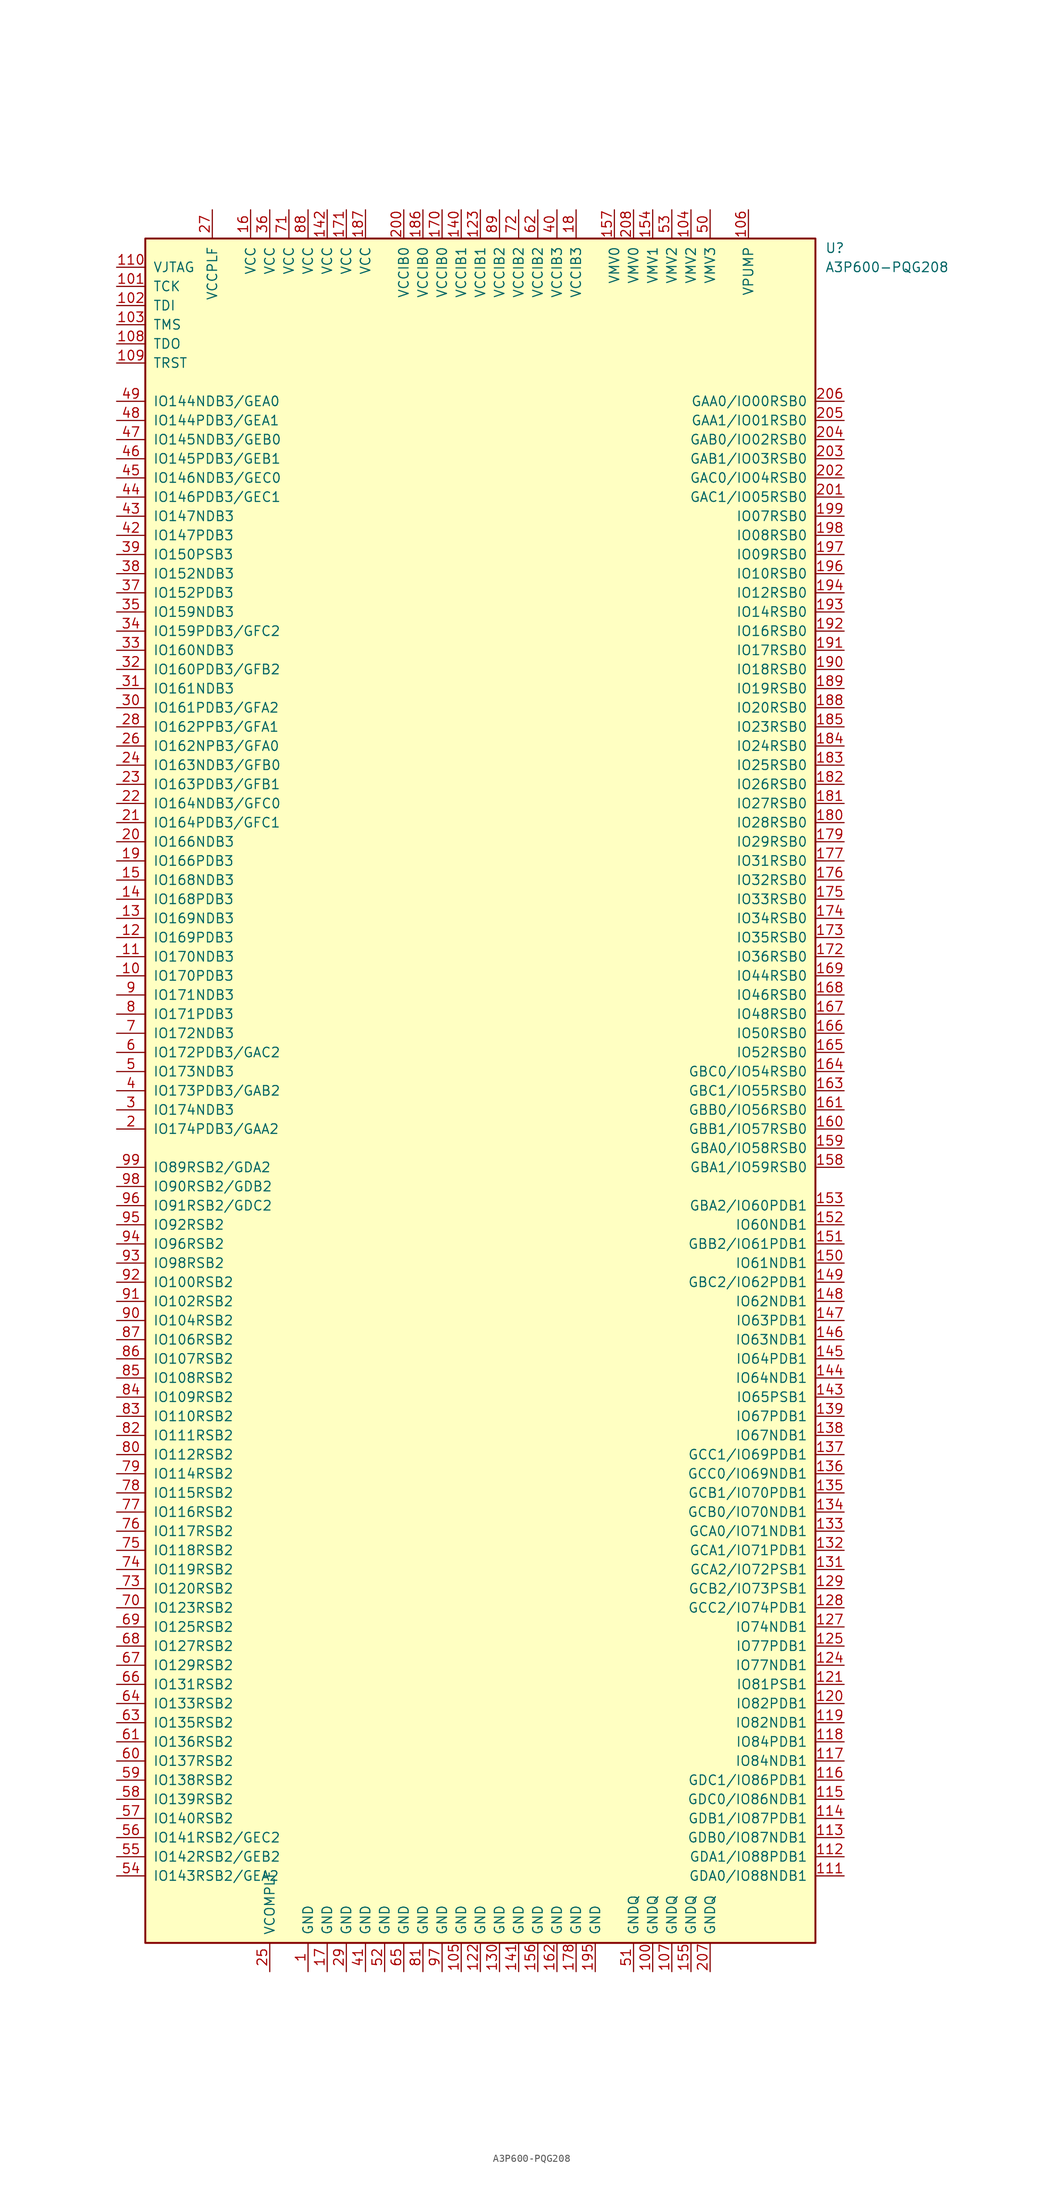
<source format=kicad_sym>
(kicad_symbol_lib
  (version 20241209)
  (generator "kicad_symbol_editor")
  (generator_version "9.0")
  (symbol "A3P600-PQG208"
    (pin_names
      (offset 1.016))
    (property "Reference" "U"
      (at 45.72 111.76 0)
      (effects (font (size 1.27 1.27)) (justify left)))
    (property "Value" "A3P600-PQG208"
      (at 45.72 109.22 0)
      (effects (font (size 1.27 1.27)) (justify left)))
    (symbol "A3P600-PQG208_1_0"
      (rectangle (start -44.45 -113.03) (end 44.45 113.03) (stroke (width 0.254) (type default)) (fill (type background))))
    (symbol "A3P600-PQG208_1_1"
      (pin power_in line (at -48.26 109.22 0) (length 3.81) (name "VJTAG" (effects (font (size 1.27 1.27)))) (number "110" (effects (font (size 1.27 1.27)))))
      (pin bidirectional line (at -48.26 106.68 0) (length 3.81) (name "TCK" (effects (font (size 1.27 1.27)))) (number "101" (effects (font (size 1.27 1.27)))))
      (pin bidirectional line (at -48.26 104.14 0) (length 3.81) (name "TDI" (effects (font (size 1.27 1.27)))) (number "102" (effects (font (size 1.27 1.27)))))
      (pin bidirectional line (at -48.26 101.6 0) (length 3.81) (name "TMS" (effects (font (size 1.27 1.27)))) (number "103" (effects (font (size 1.27 1.27)))))
      (pin bidirectional line (at -48.26 99.06 0) (length 3.81) (name "TDO" (effects (font (size 1.27 1.27)))) (number "108" (effects (font (size 1.27 1.27)))))
      (pin bidirectional line (at -48.26 96.52 0) (length 3.81) (name "TRST" (effects (font (size 1.27 1.27)))) (number "109" (effects (font (size 1.27 1.27)))))
      (pin bidirectional line (at -48.26 91.44 0) (length 3.81) (name "IO144NDB3/GEA0" (effects (font (size 1.27 1.27)))) (number "49" (effects (font (size 1.27 1.27)))))
      (pin bidirectional line (at -48.26 88.9 0) (length 3.81) (name "IO144PDB3/GEA1" (effects (font (size 1.27 1.27)))) (number "48" (effects (font (size 1.27 1.27)))))
      (pin bidirectional line (at -48.26 86.36 0) (length 3.81) (name "IO145NDB3/GEB0" (effects (font (size 1.27 1.27)))) (number "47" (effects (font (size 1.27 1.27)))))
      (pin bidirectional line (at -48.26 83.82 0) (length 3.81) (name "IO145PDB3/GEB1" (effects (font (size 1.27 1.27)))) (number "46" (effects (font (size 1.27 1.27)))))
      (pin bidirectional line (at -48.26 81.28 0) (length 3.81) (name "IO146NDB3/GEC0" (effects (font (size 1.27 1.27)))) (number "45" (effects (font (size 1.27 1.27)))))
      (pin bidirectional line (at -48.26 78.74 0) (length 3.81) (name "IO146PDB3/GEC1" (effects (font (size 1.27 1.27)))) (number "44" (effects (font (size 1.27 1.27)))))
      (pin bidirectional line (at -48.26 76.2 0) (length 3.81) (name "IO147NDB3" (effects (font (size 1.27 1.27)))) (number "43" (effects (font (size 1.27 1.27)))))
      (pin bidirectional line (at -48.26 73.66 0) (length 3.81) (name "IO147PDB3" (effects (font (size 1.27 1.27)))) (number "42" (effects (font (size 1.27 1.27)))))
      (pin bidirectional line (at -48.26 71.12 0) (length 3.81) (name "IO150PSB3" (effects (font (size 1.27 1.27)))) (number "39" (effects (font (size 1.27 1.27)))))
      (pin bidirectional line (at -48.26 68.58 0) (length 3.81) (name "IO152NDB3" (effects (font (size 1.27 1.27)))) (number "38" (effects (font (size 1.27 1.27)))))
      (pin bidirectional line (at -48.26 66.04 0) (length 3.81) (name "IO152PDB3" (effects (font (size 1.27 1.27)))) (number "37" (effects (font (size 1.27 1.27)))))
      (pin bidirectional line (at -48.26 63.5 0) (length 3.81) (name "IO159NDB3" (effects (font (size 1.27 1.27)))) (number "35" (effects (font (size 1.27 1.27)))))
      (pin bidirectional line (at -48.26 60.96 0) (length 3.81) (name "IO159PDB3/GFC2" (effects (font (size 1.27 1.27)))) (number "34" (effects (font (size 1.27 1.27)))))
      (pin bidirectional line (at -48.26 58.42 0) (length 3.81) (name "IO160NDB3" (effects (font (size 1.27 1.27)))) (number "33" (effects (font (size 1.27 1.27)))))
      (pin bidirectional line (at -48.26 55.88 0) (length 3.81) (name "IO160PDB3/GFB2" (effects (font (size 1.27 1.27)))) (number "32" (effects (font (size 1.27 1.27)))))
      (pin bidirectional line (at -48.26 53.34 0) (length 3.81) (name "IO161NDB3" (effects (font (size 1.27 1.27)))) (number "31" (effects (font (size 1.27 1.27)))))
      (pin bidirectional line (at -48.26 50.8 0) (length 3.81) (name "IO161PDB3/GFA2" (effects (font (size 1.27 1.27)))) (number "30" (effects (font (size 1.27 1.27)))))
      (pin bidirectional line (at -48.26 48.26 0) (length 3.81) (name "IO162PPB3/GFA1" (effects (font (size 1.27 1.27)))) (number "28" (effects (font (size 1.27 1.27)))))
      (pin bidirectional line (at -48.26 45.72 0) (length 3.81) (name "IO162NPB3/GFA0" (effects (font (size 1.27 1.27)))) (number "26" (effects (font (size 1.27 1.27)))))
      (pin bidirectional line (at -48.26 43.18 0) (length 3.81) (name "IO163NDB3/GFB0" (effects (font (size 1.27 1.27)))) (number "24" (effects (font (size 1.27 1.27)))))
      (pin bidirectional line (at -48.26 40.64 0) (length 3.81) (name "IO163PDB3/GFB1" (effects (font (size 1.27 1.27)))) (number "23" (effects (font (size 1.27 1.27)))))
      (pin bidirectional line (at -48.26 38.1 0) (length 3.81) (name "IO164NDB3/GFC0" (effects (font (size 1.27 1.27)))) (number "22" (effects (font (size 1.27 1.27)))))
      (pin bidirectional line (at -48.26 35.56 0) (length 3.81) (name "IO164PDB3/GFC1" (effects (font (size 1.27 1.27)))) (number "21" (effects (font (size 1.27 1.27)))))
      (pin bidirectional line (at -48.26 33.02 0) (length 3.81) (name "IO166NDB3" (effects (font (size 1.27 1.27)))) (number "20" (effects (font (size 1.27 1.27)))))
      (pin bidirectional line (at -48.26 30.48 0) (length 3.81) (name "IO166PDB3" (effects (font (size 1.27 1.27)))) (number "19" (effects (font (size 1.27 1.27)))))
      (pin bidirectional line (at -48.26 27.94 0) (length 3.81) (name "IO168NDB3" (effects (font (size 1.27 1.27)))) (number "15" (effects (font (size 1.27 1.27)))))
      (pin bidirectional line (at -48.26 25.4 0) (length 3.81) (name "IO168PDB3" (effects (font (size 1.27 1.27)))) (number "14" (effects (font (size 1.27 1.27)))))
      (pin bidirectional line (at -48.26 22.86 0) (length 3.81) (name "IO169NDB3" (effects (font (size 1.27 1.27)))) (number "13" (effects (font (size 1.27 1.27)))))
      (pin bidirectional line (at -48.26 20.32 0) (length 3.81) (name "IO169PDB3" (effects (font (size 1.27 1.27)))) (number "12" (effects (font (size 1.27 1.27)))))
      (pin bidirectional line (at -48.26 17.78 0) (length 3.81) (name "IO170NDB3" (effects (font (size 1.27 1.27)))) (number "11" (effects (font (size 1.27 1.27)))))
      (pin bidirectional line (at -48.26 15.24 0) (length 3.81) (name "IO170PDB3" (effects (font (size 1.27 1.27)))) (number "10" (effects (font (size 1.27 1.27)))))
      (pin bidirectional line (at -48.26 12.7 0) (length 3.81) (name "IO171NDB3" (effects (font (size 1.27 1.27)))) (number "9" (effects (font (size 1.27 1.27)))))
      (pin bidirectional line (at -48.26 10.16 0) (length 3.81) (name "IO171PDB3" (effects (font (size 1.27 1.27)))) (number "8" (effects (font (size 1.27 1.27)))))
      (pin bidirectional line (at -48.26 7.62 0) (length 3.81) (name "IO172NDB3" (effects (font (size 1.27 1.27)))) (number "7" (effects (font (size 1.27 1.27)))))
      (pin bidirectional line (at -48.26 5.08 0) (length 3.81) (name "IO172PDB3/GAC2" (effects (font (size 1.27 1.27)))) (number "6" (effects (font (size 1.27 1.27)))))
      (pin bidirectional line (at -48.26 2.54 0) (length 3.81) (name "IO173NDB3" (effects (font (size 1.27 1.27)))) (number "5" (effects (font (size 1.27 1.27)))))
      (pin bidirectional line (at -48.26 0 0) (length 3.81) (name "IO173PDB3/GAB2" (effects (font (size 1.27 1.27)))) (number "4" (effects (font (size 1.27 1.27)))))
      (pin bidirectional line (at -48.26 -2.54 0) (length 3.81) (name "IO174NDB3" (effects (font (size 1.27 1.27)))) (number "3" (effects (font (size 1.27 1.27)))))
      (pin bidirectional line (at -48.26 -5.08 0) (length 3.81) (name "IO174PDB3/GAA2" (effects (font (size 1.27 1.27)))) (number "2" (effects (font (size 1.27 1.27)))))
      (pin bidirectional line (at -48.26 -10.16 0) (length 3.81) (name "IO89RSB2/GDA2" (effects (font (size 1.27 1.27)))) (number "99" (effects (font (size 1.27 1.27)))))
      (pin bidirectional line (at -48.26 -12.7 0) (length 3.81) (name "IO90RSB2/GDB2" (effects (font (size 1.27 1.27)))) (number "98" (effects (font (size 1.27 1.27)))))
      (pin bidirectional line (at -48.26 -15.24 0) (length 3.81) (name "IO91RSB2/GDC2" (effects (font (size 1.27 1.27)))) (number "96" (effects (font (size 1.27 1.27)))))
      (pin bidirectional line (at -48.26 -17.78 0) (length 3.81) (name "IO92RSB2" (effects (font (size 1.27 1.27)))) (number "95" (effects (font (size 1.27 1.27)))))
      (pin bidirectional line (at -48.26 -20.32 0) (length 3.81) (name "IO96RSB2" (effects (font (size 1.27 1.27)))) (number "94" (effects (font (size 1.27 1.27)))))
      (pin bidirectional line (at -48.26 -22.86 0) (length 3.81) (name "IO98RSB2" (effects (font (size 1.27 1.27)))) (number "93" (effects (font (size 1.27 1.27)))))
      (pin bidirectional line (at -48.26 -25.4 0) (length 3.81) (name "IO100RSB2" (effects (font (size 1.27 1.27)))) (number "92" (effects (font (size 1.27 1.27)))))
      (pin bidirectional line (at -48.26 -27.94 0) (length 3.81) (name "IO102RSB2" (effects (font (size 1.27 1.27)))) (number "91" (effects (font (size 1.27 1.27)))))
      (pin bidirectional line (at -48.26 -30.48 0) (length 3.81) (name "IO104RSB2" (effects (font (size 1.27 1.27)))) (number "90" (effects (font (size 1.27 1.27)))))
      (pin bidirectional line (at -48.26 -33.02 0) (length 3.81) (name "IO106RSB2" (effects (font (size 1.27 1.27)))) (number "87" (effects (font (size 1.27 1.27)))))
      (pin bidirectional line (at -48.26 -35.56 0) (length 3.81) (name "IO107RSB2" (effects (font (size 1.27 1.27)))) (number "86" (effects (font (size 1.27 1.27)))))
      (pin bidirectional line (at -48.26 -38.1 0) (length 3.81) (name "IO108RSB2" (effects (font (size 1.27 1.27)))) (number "85" (effects (font (size 1.27 1.27)))))
      (pin bidirectional line (at -48.26 -40.64 0) (length 3.81) (name "IO109RSB2" (effects (font (size 1.27 1.27)))) (number "84" (effects (font (size 1.27 1.27)))))
      (pin bidirectional line (at -48.26 -43.18 0) (length 3.81) (name "IO110RSB2" (effects (font (size 1.27 1.27)))) (number "83" (effects (font (size 1.27 1.27)))))
      (pin bidirectional line (at -48.26 -45.72 0) (length 3.81) (name "IO111RSB2" (effects (font (size 1.27 1.27)))) (number "82" (effects (font (size 1.27 1.27)))))
      (pin bidirectional line (at -48.26 -48.26 0) (length 3.81) (name "IO112RSB2" (effects (font (size 1.27 1.27)))) (number "80" (effects (font (size 1.27 1.27)))))
      (pin bidirectional line (at -48.26 -50.8 0) (length 3.81) (name "IO114RSB2" (effects (font (size 1.27 1.27)))) (number "79" (effects (font (size 1.27 1.27)))))
      (pin bidirectional line (at -48.26 -53.34 0) (length 3.81) (name "IO115RSB2" (effects (font (size 1.27 1.27)))) (number "78" (effects (font (size 1.27 1.27)))))
      (pin bidirectional line (at -48.26 -55.88 0) (length 3.81) (name "IO116RSB2" (effects (font (size 1.27 1.27)))) (number "77" (effects (font (size 1.27 1.27)))))
      (pin bidirectional line (at -48.26 -58.42 0) (length 3.81) (name "IO117RSB2" (effects (font (size 1.27 1.27)))) (number "76" (effects (font (size 1.27 1.27)))))
      (pin bidirectional line (at -48.26 -60.96 0) (length 3.81) (name "IO118RSB2" (effects (font (size 1.27 1.27)))) (number "75" (effects (font (size 1.27 1.27)))))
      (pin bidirectional line (at -48.26 -63.5 0) (length 3.81) (name "IO119RSB2" (effects (font (size 1.27 1.27)))) (number "74" (effects (font (size 1.27 1.27)))))
      (pin bidirectional line (at -48.26 -66.04 0) (length 3.81) (name "IO120RSB2" (effects (font (size 1.27 1.27)))) (number "73" (effects (font (size 1.27 1.27)))))
      (pin bidirectional line (at -48.26 -68.58 0) (length 3.81) (name "IO123RSB2" (effects (font (size 1.27 1.27)))) (number "70" (effects (font (size 1.27 1.27)))))
      (pin bidirectional line (at -48.26 -71.12 0) (length 3.81) (name "IO125RSB2" (effects (font (size 1.27 1.27)))) (number "69" (effects (font (size 1.27 1.27)))))
      (pin bidirectional line (at -48.26 -73.66 0) (length 3.81) (name "IO127RSB2" (effects (font (size 1.27 1.27)))) (number "68" (effects (font (size 1.27 1.27)))))
      (pin bidirectional line (at -48.26 -76.2 0) (length 3.81) (name "IO129RSB2" (effects (font (size 1.27 1.27)))) (number "67" (effects (font (size 1.27 1.27)))))
      (pin bidirectional line (at -48.26 -78.74 0) (length 3.81) (name "IO131RSB2" (effects (font (size 1.27 1.27)))) (number "66" (effects (font (size 1.27 1.27)))))
      (pin bidirectional line (at -48.26 -81.28 0) (length 3.81) (name "IO133RSB2" (effects (font (size 1.27 1.27)))) (number "64" (effects (font (size 1.27 1.27)))))
      (pin bidirectional line (at -48.26 -83.82 0) (length 3.81) (name "IO135RSB2" (effects (font (size 1.27 1.27)))) (number "63" (effects (font (size 1.27 1.27)))))
      (pin bidirectional line (at -48.26 -86.36 0) (length 3.81) (name "IO136RSB2" (effects (font (size 1.27 1.27)))) (number "61" (effects (font (size 1.27 1.27)))))
      (pin bidirectional line (at -48.26 -88.9 0) (length 3.81) (name "IO137RSB2" (effects (font (size 1.27 1.27)))) (number "60" (effects (font (size 1.27 1.27)))))
      (pin bidirectional line (at -48.26 -91.44 0) (length 3.81) (name "IO138RSB2" (effects (font (size 1.27 1.27)))) (number "59" (effects (font (size 1.27 1.27)))))
      (pin bidirectional line (at -48.26 -93.98 0) (length 3.81) (name "IO139RSB2" (effects (font (size 1.27 1.27)))) (number "58" (effects (font (size 1.27 1.27)))))
      (pin bidirectional line (at -48.26 -96.52 0) (length 3.81) (name "IO140RSB2" (effects (font (size 1.27 1.27)))) (number "57" (effects (font (size 1.27 1.27)))))
      (pin bidirectional line (at -48.26 -99.06 0) (length 3.81) (name "IO141RSB2/GEC2" (effects (font (size 1.27 1.27)))) (number "56" (effects (font (size 1.27 1.27)))))
      (pin bidirectional line (at -48.26 -101.6 0) (length 3.81) (name "IO142RSB2/GEB2" (effects (font (size 1.27 1.27)))) (number "55" (effects (font (size 1.27 1.27)))))
      (pin bidirectional line (at -48.26 -104.14 0) (length 3.81) (name "IO143RSB2/GEA2" (effects (font (size 1.27 1.27)))) (number "54" (effects (font (size 1.27 1.27)))))
      (pin power_in line (at -35.56 116.84 270) (length 3.81) (name "VCCPLF" (effects (font (size 1.27 1.27)))) (number "27" (effects (font (size 1.27 1.27)))))
      (pin power_in line (at -30.48 116.84 270) (length 3.81) (name "VCC" (effects (font (size 1.27 1.27)))) (number "16" (effects (font (size 1.27 1.27)))))
      (pin power_in line (at -27.94 116.84 270) (length 3.81) (name "VCC" (effects (font (size 1.27 1.27)))) (number "36" (effects (font (size 1.27 1.27)))))
      (pin power_in line (at -27.94 -116.84 90) (length 3.81) (name "VCOMPLF" (effects (font (size 1.27 1.27)))) (number "25" (effects (font (size 1.27 1.27)))))
      (pin power_in line (at -25.4 116.84 270) (length 3.81) (name "VCC" (effects (font (size 1.27 1.27)))) (number "71" (effects (font (size 1.27 1.27)))))
      (pin power_in line (at -22.86 116.84 270) (length 3.81) (name "VCC" (effects (font (size 1.27 1.27)))) (number "88" (effects (font (size 1.27 1.27)))))
      (pin power_in line (at -22.86 -116.84 90) (length 3.81) (name "GND" (effects (font (size 1.27 1.27)))) (number "1" (effects (font (size 1.27 1.27)))))
      (pin power_in line (at -20.32 116.84 270) (length 3.81) (name "VCC" (effects (font (size 1.27 1.27)))) (number "142" (effects (font (size 1.27 1.27)))))
      (pin power_in line (at -20.32 -116.84 90) (length 3.81) (name "GND" (effects (font (size 1.27 1.27)))) (number "17" (effects (font (size 1.27 1.27)))))
      (pin power_in line (at -17.78 116.84 270) (length 3.81) (name "VCC" (effects (font (size 1.27 1.27)))) (number "171" (effects (font (size 1.27 1.27)))))
      (pin power_in line (at -17.78 -116.84 90) (length 3.81) (name "GND" (effects (font (size 1.27 1.27)))) (number "29" (effects (font (size 1.27 1.27)))))
      (pin power_in line (at -15.24 116.84 270) (length 3.81) (name "VCC" (effects (font (size 1.27 1.27)))) (number "187" (effects (font (size 1.27 1.27)))))
      (pin power_in line (at -15.24 -116.84 90) (length 3.81) (name "GND" (effects (font (size 1.27 1.27)))) (number "41" (effects (font (size 1.27 1.27)))))
      (pin power_in line (at -12.7 -116.84 90) (length 3.81) (name "GND" (effects (font (size 1.27 1.27)))) (number "52" (effects (font (size 1.27 1.27)))))
      (pin power_in line (at -10.16 116.84 270) (length 3.81) (name "VCCIB0" (effects (font (size 1.27 1.27)))) (number "200" (effects (font (size 1.27 1.27)))))
      (pin power_in line (at -10.16 -116.84 90) (length 3.81) (name "GND" (effects (font (size 1.27 1.27)))) (number "65" (effects (font (size 1.27 1.27)))))
      (pin power_in line (at -7.62 116.84 270) (length 3.81) (name "VCCIB0" (effects (font (size 1.27 1.27)))) (number "186" (effects (font (size 1.27 1.27)))))
      (pin power_in line (at -7.62 -116.84 90) (length 3.81) (name "GND" (effects (font (size 1.27 1.27)))) (number "81" (effects (font (size 1.27 1.27)))))
      (pin power_in line (at -5.08 116.84 270) (length 3.81) (name "VCCIB0" (effects (font (size 1.27 1.27)))) (number "170" (effects (font (size 1.27 1.27)))))
      (pin power_in line (at -5.08 -116.84 90) (length 3.81) (name "GND" (effects (font (size 1.27 1.27)))) (number "97" (effects (font (size 1.27 1.27)))))
      (pin power_in line (at -2.54 116.84 270) (length 3.81) (name "VCCIB1" (effects (font (size 1.27 1.27)))) (number "140" (effects (font (size 1.27 1.27)))))
      (pin power_in line (at -2.54 -116.84 90) (length 3.81) (name "GND" (effects (font (size 1.27 1.27)))) (number "105" (effects (font (size 1.27 1.27)))))
      (pin power_in line (at 0 116.84 270) (length 3.81) (name "VCCIB1" (effects (font (size 1.27 1.27)))) (number "123" (effects (font (size 1.27 1.27)))))
      (pin power_in line (at 0 -116.84 90) (length 3.81) (name "GND" (effects (font (size 1.27 1.27)))) (number "122" (effects (font (size 1.27 1.27)))))
      (pin power_in line (at 2.54 116.84 270) (length 3.81) (name "VCCIB2" (effects (font (size 1.27 1.27)))) (number "89" (effects (font (size 1.27 1.27)))))
      (pin power_in line (at 2.54 -116.84 90) (length 3.81) (name "GND" (effects (font (size 1.27 1.27)))) (number "130" (effects (font (size 1.27 1.27)))))
      (pin power_in line (at 5.08 116.84 270) (length 3.81) (name "VCCIB2" (effects (font (size 1.27 1.27)))) (number "72" (effects (font (size 1.27 1.27)))))
      (pin power_in line (at 5.08 -116.84 90) (length 3.81) (name "GND" (effects (font (size 1.27 1.27)))) (number "141" (effects (font (size 1.27 1.27)))))
      (pin power_in line (at 7.62 116.84 270) (length 3.81) (name "VCCIB2" (effects (font (size 1.27 1.27)))) (number "62" (effects (font (size 1.27 1.27)))))
      (pin power_in line (at 7.62 -116.84 90) (length 3.81) (name "GND" (effects (font (size 1.27 1.27)))) (number "156" (effects (font (size 1.27 1.27)))))
      (pin power_in line (at 10.16 116.84 270) (length 3.81) (name "VCCIB3" (effects (font (size 1.27 1.27)))) (number "40" (effects (font (size 1.27 1.27)))))
      (pin power_in line (at 10.16 -116.84 90) (length 3.81) (name "GND" (effects (font (size 1.27 1.27)))) (number "162" (effects (font (size 1.27 1.27)))))
      (pin power_in line (at 12.7 116.84 270) (length 3.81) (name "VCCIB3" (effects (font (size 1.27 1.27)))) (number "18" (effects (font (size 1.27 1.27)))))
      (pin power_in line (at 12.7 -116.84 90) (length 3.81) (name "GND" (effects (font (size 1.27 1.27)))) (number "178" (effects (font (size 1.27 1.27)))))
      (pin power_in line (at 15.24 -116.84 90) (length 3.81) (name "GND" (effects (font (size 1.27 1.27)))) (number "195" (effects (font (size 1.27 1.27)))))
      (pin power_in line (at 17.78 116.84 270) (length 3.81) (name "VMV0" (effects (font (size 1.27 1.27)))) (number "157" (effects (font (size 1.27 1.27)))))
      (pin power_in line (at 20.32 116.84 270) (length 3.81) (name "VMV0" (effects (font (size 1.27 1.27)))) (number "208" (effects (font (size 1.27 1.27)))))
      (pin power_in line (at 20.32 -116.84 90) (length 3.81) (name "GNDQ" (effects (font (size 1.27 1.27)))) (number "51" (effects (font (size 1.27 1.27)))))
      (pin power_in line (at 22.86 116.84 270) (length 3.81) (name "VMV1" (effects (font (size 1.27 1.27)))) (number "154" (effects (font (size 1.27 1.27)))))
      (pin power_in line (at 22.86 -116.84 90) (length 3.81) (name "GNDQ" (effects (font (size 1.27 1.27)))) (number "100" (effects (font (size 1.27 1.27)))))
      (pin power_in line (at 25.4 116.84 270) (length 3.81) (name "VMV2" (effects (font (size 1.27 1.27)))) (number "53" (effects (font (size 1.27 1.27)))))
      (pin power_in line (at 25.4 -116.84 90) (length 3.81) (name "GNDQ" (effects (font (size 1.27 1.27)))) (number "107" (effects (font (size 1.27 1.27)))))
      (pin power_in line (at 27.94 116.84 270) (length 3.81) (name "VMV2" (effects (font (size 1.27 1.27)))) (number "104" (effects (font (size 1.27 1.27)))))
      (pin power_in line (at 27.94 -116.84 90) (length 3.81) (name "GNDQ" (effects (font (size 1.27 1.27)))) (number "155" (effects (font (size 1.27 1.27)))))
      (pin power_in line (at 30.48 116.84 270) (length 3.81) (name "VMV3" (effects (font (size 1.27 1.27)))) (number "50" (effects (font (size 1.27 1.27)))))
      (pin power_in line (at 30.48 -116.84 90) (length 3.81) (name "GNDQ" (effects (font (size 1.27 1.27)))) (number "207" (effects (font (size 1.27 1.27)))))
      (pin power_in line (at 35.56 116.84 270) (length 3.81) (name "VPUMP" (effects (font (size 1.27 1.27)))) (number "106" (effects (font (size 1.27 1.27)))))
      (pin bidirectional line (at 48.26 91.44 180) (length 3.81) (name "GAA0/IO00RSB0" (effects (font (size 1.27 1.27)))) (number "206" (effects (font (size 1.27 1.27)))))
      (pin bidirectional line (at 48.26 88.9 180) (length 3.81) (name "GAA1/IO01RSB0" (effects (font (size 1.27 1.27)))) (number "205" (effects (font (size 1.27 1.27)))))
      (pin bidirectional line (at 48.26 86.36 180) (length 3.81) (name "GAB0/IO02RSB0" (effects (font (size 1.27 1.27)))) (number "204" (effects (font (size 1.27 1.27)))))
      (pin bidirectional line (at 48.26 83.82 180) (length 3.81) (name "GAB1/IO03RSB0" (effects (font (size 1.27 1.27)))) (number "203" (effects (font (size 1.27 1.27)))))
      (pin bidirectional line (at 48.26 81.28 180) (length 3.81) (name "GAC0/IO04RSB0" (effects (font (size 1.27 1.27)))) (number "202" (effects (font (size 1.27 1.27)))))
      (pin bidirectional line (at 48.26 78.74 180) (length 3.81) (name "GAC1/IO05RSB0" (effects (font (size 1.27 1.27)))) (number "201" (effects (font (size 1.27 1.27)))))
      (pin bidirectional line (at 48.26 76.2 180) (length 3.81) (name "IO07RSB0" (effects (font (size 1.27 1.27)))) (number "199" (effects (font (size 1.27 1.27)))))
      (pin bidirectional line (at 48.26 73.66 180) (length 3.81) (name "IO08RSB0" (effects (font (size 1.27 1.27)))) (number "198" (effects (font (size 1.27 1.27)))))
      (pin bidirectional line (at 48.26 71.12 180) (length 3.81) (name "IO09RSB0" (effects (font (size 1.27 1.27)))) (number "197" (effects (font (size 1.27 1.27)))))
      (pin bidirectional line (at 48.26 68.58 180) (length 3.81) (name "IO10RSB0" (effects (font (size 1.27 1.27)))) (number "196" (effects (font (size 1.27 1.27)))))
      (pin bidirectional line (at 48.26 66.04 180) (length 3.81) (name "IO12RSB0" (effects (font (size 1.27 1.27)))) (number "194" (effects (font (size 1.27 1.27)))))
      (pin bidirectional line (at 48.26 63.5 180) (length 3.81) (name "IO14RSB0" (effects (font (size 1.27 1.27)))) (number "193" (effects (font (size 1.27 1.27)))))
      (pin bidirectional line (at 48.26 60.96 180) (length 3.81) (name "IO16RSB0" (effects (font (size 1.27 1.27)))) (number "192" (effects (font (size 1.27 1.27)))))
      (pin bidirectional line (at 48.26 58.42 180) (length 3.81) (name "IO17RSB0" (effects (font (size 1.27 1.27)))) (number "191" (effects (font (size 1.27 1.27)))))
      (pin bidirectional line (at 48.26 55.88 180) (length 3.81) (name "IO18RSB0" (effects (font (size 1.27 1.27)))) (number "190" (effects (font (size 1.27 1.27)))))
      (pin bidirectional line (at 48.26 53.34 180) (length 3.81) (name "IO19RSB0" (effects (font (size 1.27 1.27)))) (number "189" (effects (font (size 1.27 1.27)))))
      (pin bidirectional line (at 48.26 50.8 180) (length 3.81) (name "IO20RSB0" (effects (font (size 1.27 1.27)))) (number "188" (effects (font (size 1.27 1.27)))))
      (pin bidirectional line (at 48.26 48.26 180) (length 3.81) (name "IO23RSB0" (effects (font (size 1.27 1.27)))) (number "185" (effects (font (size 1.27 1.27)))))
      (pin bidirectional line (at 48.26 45.72 180) (length 3.81) (name "IO24RSB0" (effects (font (size 1.27 1.27)))) (number "184" (effects (font (size 1.27 1.27)))))
      (pin bidirectional line (at 48.26 43.18 180) (length 3.81) (name "IO25RSB0" (effects (font (size 1.27 1.27)))) (number "183" (effects (font (size 1.27 1.27)))))
      (pin bidirectional line (at 48.26 40.64 180) (length 3.81) (name "IO26RSB0" (effects (font (size 1.27 1.27)))) (number "182" (effects (font (size 1.27 1.27)))))
      (pin bidirectional line (at 48.26 38.1 180) (length 3.81) (name "IO27RSB0" (effects (font (size 1.27 1.27)))) (number "181" (effects (font (size 1.27 1.27)))))
      (pin bidirectional line (at 48.26 35.56 180) (length 3.81) (name "IO28RSB0" (effects (font (size 1.27 1.27)))) (number "180" (effects (font (size 1.27 1.27)))))
      (pin bidirectional line (at 48.26 33.02 180) (length 3.81) (name "IO29RSB0" (effects (font (size 1.27 1.27)))) (number "179" (effects (font (size 1.27 1.27)))))
      (pin bidirectional line (at 48.26 30.48 180) (length 3.81) (name "IO31RSB0" (effects (font (size 1.27 1.27)))) (number "177" (effects (font (size 1.27 1.27)))))
      (pin bidirectional line (at 48.26 27.94 180) (length 3.81) (name "IO32RSB0" (effects (font (size 1.27 1.27)))) (number "176" (effects (font (size 1.27 1.27)))))
      (pin bidirectional line (at 48.26 25.4 180) (length 3.81) (name "IO33RSB0" (effects (font (size 1.27 1.27)))) (number "175" (effects (font (size 1.27 1.27)))))
      (pin bidirectional line (at 48.26 22.86 180) (length 3.81) (name "IO34RSB0" (effects (font (size 1.27 1.27)))) (number "174" (effects (font (size 1.27 1.27)))))
      (pin bidirectional line (at 48.26 20.32 180) (length 3.81) (name "IO35RSB0" (effects (font (size 1.27 1.27)))) (number "173" (effects (font (size 1.27 1.27)))))
      (pin bidirectional line (at 48.26 17.78 180) (length 3.81) (name "IO36RSB0" (effects (font (size 1.27 1.27)))) (number "172" (effects (font (size 1.27 1.27)))))
      (pin bidirectional line (at 48.26 15.24 180) (length 3.81) (name "IO44RSB0" (effects (font (size 1.27 1.27)))) (number "169" (effects (font (size 1.27 1.27)))))
      (pin bidirectional line (at 48.26 12.7 180) (length 3.81) (name "IO46RSB0" (effects (font (size 1.27 1.27)))) (number "168" (effects (font (size 1.27 1.27)))))
      (pin bidirectional line (at 48.26 10.16 180) (length 3.81) (name "IO48RSB0" (effects (font (size 1.27 1.27)))) (number "167" (effects (font (size 1.27 1.27)))))
      (pin bidirectional line (at 48.26 7.62 180) (length 3.81) (name "IO50RSB0" (effects (font (size 1.27 1.27)))) (number "166" (effects (font (size 1.27 1.27)))))
      (pin bidirectional line (at 48.26 5.08 180) (length 3.81) (name "IO52RSB0" (effects (font (size 1.27 1.27)))) (number "165" (effects (font (size 1.27 1.27)))))
      (pin bidirectional line (at 48.26 2.54 180) (length 3.81) (name "GBC0/IO54RSB0" (effects (font (size 1.27 1.27)))) (number "164" (effects (font (size 1.27 1.27)))))
      (pin bidirectional line (at 48.26 0 180) (length 3.81) (name "GBC1/IO55RSB0" (effects (font (size 1.27 1.27)))) (number "163" (effects (font (size 1.27 1.27)))))
      (pin bidirectional line (at 48.26 -2.54 180) (length 3.81) (name "GBB0/IO56RSB0" (effects (font (size 1.27 1.27)))) (number "161" (effects (font (size 1.27 1.27)))))
      (pin bidirectional line (at 48.26 -5.08 180) (length 3.81) (name "GBB1/IO57RSB0" (effects (font (size 1.27 1.27)))) (number "160" (effects (font (size 1.27 1.27)))))
      (pin bidirectional line (at 48.26 -7.62 180) (length 3.81) (name "GBA0/IO58RSB0" (effects (font (size 1.27 1.27)))) (number "159" (effects (font (size 1.27 1.27)))))
      (pin bidirectional line (at 48.26 -10.16 180) (length 3.81) (name "GBA1/IO59RSB0" (effects (font (size 1.27 1.27)))) (number "158" (effects (font (size 1.27 1.27)))))
      (pin bidirectional line (at 48.26 -15.24 180) (length 3.81) (name "GBA2/IO60PDB1" (effects (font (size 1.27 1.27)))) (number "153" (effects (font (size 1.27 1.27)))))
      (pin bidirectional line (at 48.26 -17.78 180) (length 3.81) (name "IO60NDB1" (effects (font (size 1.27 1.27)))) (number "152" (effects (font (size 1.27 1.27)))))
      (pin bidirectional line (at 48.26 -20.32 180) (length 3.81) (name "GBB2/IO61PDB1" (effects (font (size 1.27 1.27)))) (number "151" (effects (font (size 1.27 1.27)))))
      (pin bidirectional line (at 48.26 -22.86 180) (length 3.81) (name "IO61NDB1" (effects (font (size 1.27 1.27)))) (number "150" (effects (font (size 1.27 1.27)))))
      (pin bidirectional line (at 48.26 -25.4 180) (length 3.81) (name "GBC2/IO62PDB1" (effects (font (size 1.27 1.27)))) (number "149" (effects (font (size 1.27 1.27)))))
      (pin bidirectional line (at 48.26 -27.94 180) (length 3.81) (name "IO62NDB1" (effects (font (size 1.27 1.27)))) (number "148" (effects (font (size 1.27 1.27)))))
      (pin bidirectional line (at 48.26 -30.48 180) (length 3.81) (name "IO63PDB1" (effects (font (size 1.27 1.27)))) (number "147" (effects (font (size 1.27 1.27)))))
      (pin bidirectional line (at 48.26 -33.02 180) (length 3.81) (name "IO63NDB1" (effects (font (size 1.27 1.27)))) (number "146" (effects (font (size 1.27 1.27)))))
      (pin bidirectional line (at 48.26 -35.56 180) (length 3.81) (name "IO64PDB1" (effects (font (size 1.27 1.27)))) (number "145" (effects (font (size 1.27 1.27)))))
      (pin bidirectional line (at 48.26 -38.1 180) (length 3.81) (name "IO64NDB1" (effects (font (size 1.27 1.27)))) (number "144" (effects (font (size 1.27 1.27)))))
      (pin bidirectional line (at 48.26 -40.64 180) (length 3.81) (name "IO65PSB1" (effects (font (size 1.27 1.27)))) (number "143" (effects (font (size 1.27 1.27)))))
      (pin bidirectional line (at 48.26 -43.18 180) (length 3.81) (name "IO67PDB1" (effects (font (size 1.27 1.27)))) (number "139" (effects (font (size 1.27 1.27)))))
      (pin bidirectional line (at 48.26 -45.72 180) (length 3.81) (name "IO67NDB1" (effects (font (size 1.27 1.27)))) (number "138" (effects (font (size 1.27 1.27)))))
      (pin bidirectional line (at 48.26 -48.26 180) (length 3.81) (name "GCC1/IO69PDB1" (effects (font (size 1.27 1.27)))) (number "137" (effects (font (size 1.27 1.27)))))
      (pin bidirectional line (at 48.26 -50.8 180) (length 3.81) (name "GCC0/IO69NDB1" (effects (font (size 1.27 1.27)))) (number "136" (effects (font (size 1.27 1.27)))))
      (pin bidirectional line (at 48.26 -53.34 180) (length 3.81) (name "GCB1/IO70PDB1" (effects (font (size 1.27 1.27)))) (number "135" (effects (font (size 1.27 1.27)))))
      (pin bidirectional line (at 48.26 -55.88 180) (length 3.81) (name "GCB0/IO70NDB1" (effects (font (size 1.27 1.27)))) (number "134" (effects (font (size 1.27 1.27)))))
      (pin bidirectional line (at 48.26 -58.42 180) (length 3.81) (name "GCA0/IO71NDB1" (effects (font (size 1.27 1.27)))) (number "133" (effects (font (size 1.27 1.27)))))
      (pin bidirectional line (at 48.26 -60.96 180) (length 3.81) (name "GCA1/IO71PDB1" (effects (font (size 1.27 1.27)))) (number "132" (effects (font (size 1.27 1.27)))))
      (pin bidirectional line (at 48.26 -63.5 180) (length 3.81) (name "GCA2/IO72PSB1" (effects (font (size 1.27 1.27)))) (number "131" (effects (font (size 1.27 1.27)))))
      (pin bidirectional line (at 48.26 -66.04 180) (length 3.81) (name "GCB2/IO73PSB1" (effects (font (size 1.27 1.27)))) (number "129" (effects (font (size 1.27 1.27)))))
      (pin bidirectional line (at 48.26 -68.58 180) (length 3.81) (name "GCC2/IO74PDB1" (effects (font (size 1.27 1.27)))) (number "128" (effects (font (size 1.27 1.27)))))
      (pin bidirectional line (at 48.26 -71.12 180) (length 3.81) (name "IO74NDB1" (effects (font (size 1.27 1.27)))) (number "127" (effects (font (size 1.27 1.27)))))
      (pin bidirectional line (at 48.26 -73.66 180) (length 3.81) (name "IO77PDB1" (effects (font (size 1.27 1.27)))) (number "125" (effects (font (size 1.27 1.27)))))
      (pin bidirectional line (at 48.26 -76.2 180) (length 3.81) (name "IO77NDB1" (effects (font (size 1.27 1.27)))) (number "124" (effects (font (size 1.27 1.27)))))
      (pin bidirectional line (at 48.26 -78.74 180) (length 3.81) (name "IO81PSB1" (effects (font (size 1.27 1.27)))) (number "121" (effects (font (size 1.27 1.27)))))
      (pin bidirectional line (at 48.26 -81.28 180) (length 3.81) (name "IO82PDB1" (effects (font (size 1.27 1.27)))) (number "120" (effects (font (size 1.27 1.27)))))
      (pin bidirectional line (at 48.26 -83.82 180) (length 3.81) (name "IO82NDB1" (effects (font (size 1.27 1.27)))) (number "119" (effects (font (size 1.27 1.27)))))
      (pin bidirectional line (at 48.26 -86.36 180) (length 3.81) (name "IO84PDB1" (effects (font (size 1.27 1.27)))) (number "118" (effects (font (size 1.27 1.27)))))
      (pin bidirectional line (at 48.26 -88.9 180) (length 3.81) (name "IO84NDB1" (effects (font (size 1.27 1.27)))) (number "117" (effects (font (size 1.27 1.27)))))
      (pin bidirectional line (at 48.26 -91.44 180) (length 3.81) (name "GDC1/IO86PDB1" (effects (font (size 1.27 1.27)))) (number "116" (effects (font (size 1.27 1.27)))))
      (pin bidirectional line (at 48.26 -93.98 180) (length 3.81) (name "GDC0/IO86NDB1" (effects (font (size 1.27 1.27)))) (number "115" (effects (font (size 1.27 1.27)))))
      (pin bidirectional line (at 48.26 -96.52 180) (length 3.81) (name "GDB1/IO87PDB1" (effects (font (size 1.27 1.27)))) (number "114" (effects (font (size 1.27 1.27)))))
      (pin bidirectional line (at 48.26 -99.06 180) (length 3.81) (name "GDB0/IO87NDB1" (effects (font (size 1.27 1.27)))) (number "113" (effects (font (size 1.27 1.27)))))
      (pin bidirectional line (at 48.26 -101.6 180) (length 3.81) (name "GDA1/IO88PDB1" (effects (font (size 1.27 1.27)))) (number "112" (effects (font (size 1.27 1.27)))))
      (pin bidirectional line (at 48.26 -104.14 180) (length 3.81) (name "GDA0/IO88NDB1" (effects (font (size 1.27 1.27)))) (number "111" (effects (font (size 1.27 1.27))))))))
</source>
